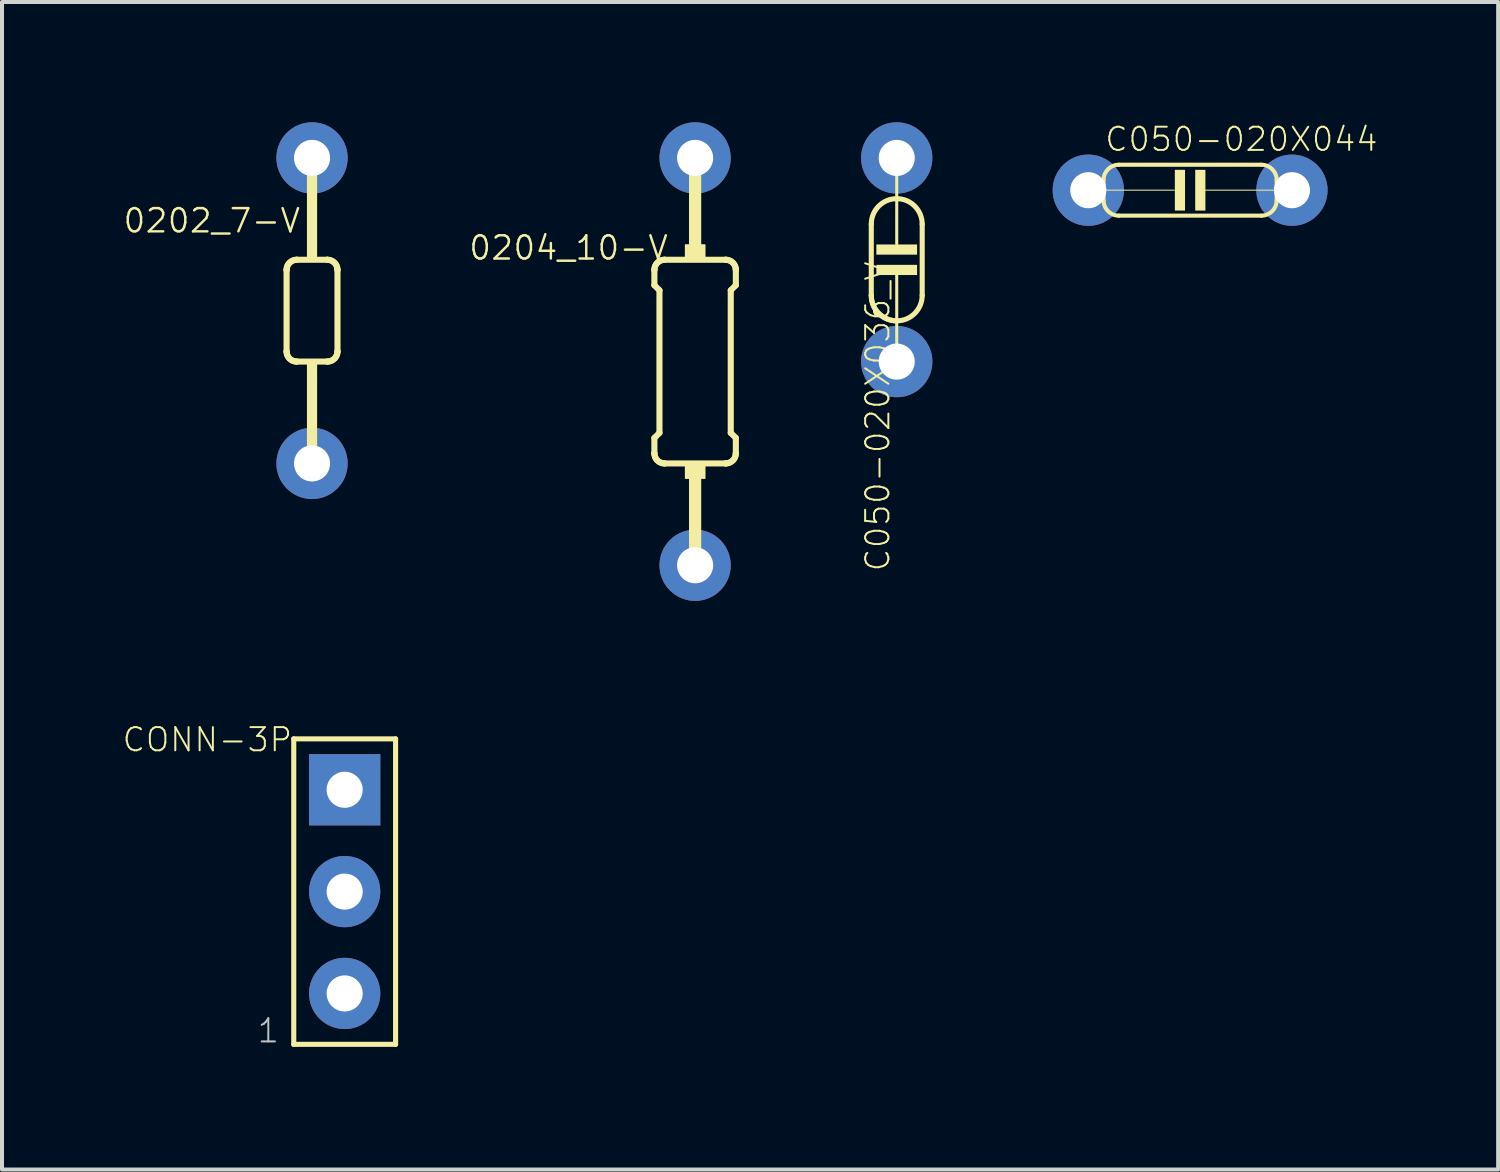
<source format=kicad_pcb>
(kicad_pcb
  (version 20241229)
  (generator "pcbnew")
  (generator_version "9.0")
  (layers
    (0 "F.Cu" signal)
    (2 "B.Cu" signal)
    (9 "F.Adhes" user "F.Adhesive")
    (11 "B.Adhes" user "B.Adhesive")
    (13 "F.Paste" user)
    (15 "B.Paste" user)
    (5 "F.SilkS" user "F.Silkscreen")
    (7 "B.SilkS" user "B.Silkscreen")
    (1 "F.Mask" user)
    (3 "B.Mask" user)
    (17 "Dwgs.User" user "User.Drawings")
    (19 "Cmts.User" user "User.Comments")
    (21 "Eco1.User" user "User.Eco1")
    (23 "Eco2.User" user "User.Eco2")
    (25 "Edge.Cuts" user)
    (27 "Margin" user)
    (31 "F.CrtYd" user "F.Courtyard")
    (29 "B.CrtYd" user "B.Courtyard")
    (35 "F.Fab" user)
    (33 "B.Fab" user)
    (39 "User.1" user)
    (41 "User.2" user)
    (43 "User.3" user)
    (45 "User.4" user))
  (footprint "0204_10-V"
    (layer "F.Cu")
    (at 14.288 5.969)
    (property "Reference" "0204_10-V" (at -0.635 -3.175 0) (layer "F.SilkS") (effects (font (size 0.579 0.579) (thickness 0.061)) (justify right top)))
    (attr through_hole)
    (fp_line (start -1.016 -2.286) (end -1.016 -1.905) (stroke (width 0.152) (type solid)) (layer "F.SilkS"))
    (fp_line (start -1.016 2.286) (end -1.016 1.905) (stroke (width 0.152) (type solid)) (layer "F.SilkS"))
    (fp_line (start -0.889 -1.778) (end -1.016 -1.905) (stroke (width 0.152) (type solid)) (layer "F.SilkS"))
    (fp_line (start -0.889 1.778) (end -1.016 1.905) (stroke (width 0.152) (type solid)) (layer "F.SilkS"))
    (fp_line (start -0.889 1.778) (end -0.889 -1.778) (stroke (width 0.152) (type solid)) (layer "F.SilkS"))
    (fp_line (start -0.762 -2.54) (end 0.762 -2.54) (stroke (width 0.152) (type solid)) (layer "F.SilkS"))
    (fp_line (start -0.762 2.54) (end 0.762 2.54) (stroke (width 0.152) (type solid)) (layer "F.SilkS"))
    (fp_line (start 0 -5.08) (end 0 -2.921) (stroke (width 0.305) (type solid)) (layer "F.SilkS"))
    (fp_line (start 0 5.08) (end 0 2.921) (stroke (width 0.305) (type solid)) (layer "F.SilkS"))
    (fp_line (start 0.889 -1.778) (end 1.016 -1.905) (stroke (width 0.152) (type solid)) (layer "F.SilkS"))
    (fp_line (start 0.889 1.778) (end 0.889 -1.778) (stroke (width 0.152) (type solid)) (layer "F.SilkS"))
    (fp_line (start 0.889 1.778) (end 1.016 1.905) (stroke (width 0.152) (type solid)) (layer "F.SilkS"))
    (fp_line (start 1.016 -2.286) (end 1.016 -1.905) (stroke (width 0.152) (type solid)) (layer "F.SilkS"))
    (fp_line (start 1.016 2.286) (end 1.016 1.905) (stroke (width 0.152) (type solid)) (layer "F.SilkS"))
    (fp_arc (start -1.016 -2.286) (mid -0.941605 -2.465605) (end -0.762 -2.54) (stroke (width 0.1524) (type solid)) (layer "F.SilkS"))
    (fp_arc (start -1.016 -2.286) (mid -0.941605 -2.465605) (end -0.762 -2.54) (stroke (width 0.1524) (type solid)) (layer "F.SilkS"))
    (fp_arc (start -0.762 2.54) (mid -0.941605 2.465605) (end -1.016 2.286) (stroke (width 0.1524) (type solid)) (layer "F.SilkS"))
    (fp_arc (start -0.762 2.54) (mid -0.941605 2.465605) (end -1.016 2.286) (stroke (width 0.1524) (type solid)) (layer "F.SilkS"))
    (fp_arc (start 0.762 -2.54) (mid 0.941605 -2.465605) (end 1.016 -2.286) (stroke (width 0.1524) (type solid)) (layer "F.SilkS"))
    (fp_arc (start 0.762 -2.54) (mid 0.941605 -2.465605) (end 1.016 -2.286) (stroke (width 0.1524) (type solid)) (layer "F.SilkS"))
    (fp_arc (start 1.016 2.286) (mid 0.941605 2.465605) (end 0.762 2.54) (stroke (width 0.1524) (type solid)) (layer "F.SilkS"))
    (fp_arc (start 1.016 2.286) (mid 0.941605 2.465605) (end 0.762 2.54) (stroke (width 0.1524) (type solid)) (layer "F.SilkS"))
    (fp_poly (pts (xy -0.254 -2.921) (xy -0.254 -2.54) (xy 0.254 -2.54) (xy 0.254 -2.921)) (stroke (width 0) (type solid)) (fill yes) (layer "F.SilkS"))
    (fp_poly (pts (xy -0.254 -2.921) (xy -0.254 -2.54) (xy 0.254 -2.54) (xy 0.254 -2.921)) (stroke (width 0) (type solid)) (fill yes) (layer "F.SilkS"))
    (fp_poly (pts (xy -0.254 2.54) (xy -0.254 2.921) (xy 0.254 2.921) (xy 0.254 2.54)) (stroke (width 0) (type solid)) (fill yes) (layer "F.SilkS"))
    (fp_poly (pts (xy -0.254 2.54) (xy -0.254 2.921) (xy 0.254 2.921) (xy 0.254 2.54)) (stroke (width 0) (type solid)) (fill yes) (layer "F.SilkS"))
    (pad "1" thru_hole circle (at 0 -5.08) (size 1.778 1.778) (drill 0.9) (layers "*.Cu" "*.Mask"))
    (pad "2" thru_hole circle (at 0 5.08) (size 1.778 1.778) (drill 0.9) (layers "*.Cu" "*.Mask")))
  (footprint "0202_7-V"
    (layer "F.Cu")
    (at 4.733 4.699)
    (property "Reference" "0202_7-V" (at -0.254 -1.905 0) (layer "F.SilkS") (effects (font (size 0.579 0.579) (thickness 0.061)) (justify right bottom)))
    (attr through_hole)
    (fp_line (start -0.635 -1.016) (end -0.635 1.016) (stroke (width 0.152) (type solid)) (layer "F.SilkS"))
    (fp_line (start 0 -3.81) (end 0 -1.651) (stroke (width 0.254) (type solid)) (layer "F.SilkS"))
    (fp_line (start 0 3.81) (end 0 1.651) (stroke (width 0.254) (type solid)) (layer "F.SilkS"))
    (fp_line (start 0.381 -1.27) (end -0.381 -1.27) (stroke (width 0.152) (type solid)) (layer "F.SilkS"))
    (fp_line (start 0.381 1.27) (end -0.381 1.27) (stroke (width 0.152) (type solid)) (layer "F.SilkS"))
    (fp_line (start 0.635 -1.016) (end 0.635 1.016) (stroke (width 0.152) (type solid)) (layer "F.SilkS"))
    (fp_arc (start -0.635 -1.016) (mid -0.560605 -1.195605) (end -0.381 -1.27) (stroke (width 0.1524) (type solid)) (layer "F.SilkS"))
    (fp_arc (start -0.635 -1.016) (mid -0.560605 -1.195605) (end -0.381 -1.27) (stroke (width 0.1524) (type solid)) (layer "F.SilkS"))
    (fp_arc (start -0.381 1.27) (mid -0.560605 1.195605) (end -0.635 1.016) (stroke (width 0.1524) (type solid)) (layer "F.SilkS"))
    (fp_arc (start -0.381 1.27) (mid -0.560605 1.195605) (end -0.635 1.016) (stroke (width 0.1524) (type solid)) (layer "F.SilkS"))
    (fp_arc (start 0.381 -1.27) (mid 0.560605 -1.195605) (end 0.635 -1.016) (stroke (width 0.1524) (type solid)) (layer "F.SilkS"))
    (fp_arc (start 0.381 -1.27) (mid 0.560605 -1.195605) (end 0.635 -1.016) (stroke (width 0.1524) (type solid)) (layer "F.SilkS"))
    (fp_arc (start 0.635 1.016) (mid 0.560605 1.195605) (end 0.381 1.27) (stroke (width 0.1524) (type solid)) (layer "F.SilkS"))
    (fp_arc (start 0.635 1.016) (mid 0.560605 1.195605) (end 0.381 1.27) (stroke (width 0.1524) (type solid)) (layer "F.SilkS"))
    (fp_poly (pts (xy 0.127 -1.27) (xy 0.127 -1.651) (xy -0.127 -1.651) (xy -0.127 -1.27)) (stroke (width 0) (type solid)) (fill yes) (layer "F.SilkS"))
    (fp_poly (pts (xy 0.127 1.651) (xy 0.127 1.27) (xy -0.127 1.27) (xy -0.127 1.651)) (stroke (width 0) (type solid)) (fill yes) (layer "F.SilkS"))
    (pad "1" thru_hole circle (at 0 -3.81) (size 1.778 1.778) (drill 0.9) (layers "*.Cu" "*.Mask"))
    (pad "2" thru_hole circle (at 0 3.81) (size 1.778 1.778) (drill 0.9) (layers "*.Cu" "*.Mask")))
  (footprint "CONN-3P"
    (layer "F.Cu")
    (at 5.547 19.189)
    (property "Reference" "CONN-3P" (at -1.27 -4.128 0) (layer "F.SilkS") (effects (font (size 0.579 0.579) (thickness 0.049)) (justify right top)))
    (attr through_hole)
    (fp_line (start -1.27 -3.81) (end -1.27 3.81) (stroke (width 0.127) (type solid)) (layer "F.SilkS"))
    (fp_line (start -1.27 3.81) (end 1.27 3.81) (stroke (width 0.127) (type solid)) (layer "F.SilkS"))
    (fp_line (start 1.27 -3.81) (end -1.27 -3.81) (stroke (width 0.127) (type solid)) (layer "F.SilkS"))
    (fp_line (start 1.27 3.81) (end 1.27 -3.81) (stroke (width 0.127) (type solid)) (layer "F.SilkS"))
    (fp_text user "1" (at -1.905 3.81 0) (layer "Dwgs.User") (effects (font (size 0.579 0.579) (thickness 0.049)) (justify bottom)))
    (pad "1" thru_hole rect (at 0 -2.54 180) (size 1.778 1.778) (drill 0.9) (layers "*.Cu" "*.Mask"))
    (pad "2" thru_hole circle (at 0 0 180) (size 1.778 1.778) (drill 0.9) (layers "*.Cu" "*.Mask"))
    (pad "3" thru_hole circle (at 0 2.54 180) (size 1.778 1.778) (drill 0.9) (layers "*.Cu" "*.Mask")))
  (footprint "C050-020X044"
    (layer "F.Cu")
    (at 26.635 1.694)
    (property "Reference" "C050-020X044" (at -2.159 -1.27 0) (layer "F.SilkS") (effects (font (size 0.579 0.579) (thickness 0.049)) (justify left)))
    (attr through_hole)
    (fp_line (start -2.54 0) (end -0.394 0) (stroke (width 0.025) (type solid)) (layer "F.SilkS"))
    (fp_line (start -2.159 0.254) (end -2.159 -0.254) (stroke (width 0.102) (type solid)) (layer "F.SilkS"))
    (fp_line (start -1.778 0.635) (end 1.778 0.635) (stroke (width 0.102) (type solid)) (layer "F.SilkS"))
    (fp_line (start 1.778 -0.635) (end -1.778 -0.635) (stroke (width 0.102) (type solid)) (layer "F.SilkS"))
    (fp_line (start 2.159 -0.254) (end 2.159 0.254) (stroke (width 0.102) (type solid)) (layer "F.SilkS"))
    (fp_line (start 2.54 0) (end 0.381 0) (stroke (width 0.025) (type solid)) (layer "F.SilkS"))
    (fp_arc (start -2.159 -0.254) (mid -2.047407 -0.523407) (end -1.777999 -0.634999) (stroke (width 0.1016) (type solid)) (layer "F.SilkS"))
    (fp_arc (start -1.777999 0.634999) (mid -2.047407 0.523407) (end -2.159 0.254) (stroke (width 0.1016) (type solid)) (layer "F.SilkS"))
    (fp_arc (start 1.777999 -0.634999) (mid 2.047407 -0.523407) (end 2.159 -0.254) (stroke (width 0.1016) (type solid)) (layer "F.SilkS"))
    (fp_arc (start 2.159 0.254) (mid 2.047407 0.523407) (end 1.777999 0.634999) (stroke (width 0.1016) (type solid)) (layer "F.SilkS"))
    (fp_poly (pts (xy -0.127 0.508) (xy -0.127 -0.508) (xy -0.381 -0.508) (xy -0.381 0.508)) (stroke (width 0) (type solid)) (fill yes) (layer "F.SilkS"))
    (fp_poly (pts (xy 0.127 -0.508) (xy 0.127 0.508) (xy 0.381 0.508) (xy 0.381 -0.508)) (stroke (width 0) (type solid)) (fill yes) (layer "F.SilkS"))
    (pad "1" thru_hole circle (at -2.54 0) (size 1.778 1.778) (drill 0.9) (layers "*.Cu" "*.Mask"))
    (pad "2" thru_hole circle (at 2.54 0) (size 1.778 1.778) (drill 0.9) (layers "*.Cu" "*.Mask")))
  (footprint "C050-020X036_V"
    (layer "F.Cu")
    (at 19.317 3.429)
    (property "Reference" "C050-020X036_V" (at -0.813 0 90) (layer "F.SilkS") (effects (font (size 0.579 0.579) (thickness 0.049)) (justify right top)))
    (attr through_hole)
    (fp_line (start -0.635 -0.889) (end -0.635 0.889) (stroke (width 0.127) (type solid)) (layer "F.SilkS"))
    (fp_line (start 0 -2.54) (end 0 -0.394) (stroke (width 0.076) (type solid)) (layer "F.SilkS"))
    (fp_line (start 0 2.54) (end 0 0.381) (stroke (width 0.076) (type solid)) (layer "F.SilkS"))
    (fp_line (start 0.635 0.889) (end 0.635 -0.889) (stroke (width 0.127) (type solid)) (layer "F.SilkS"))
    (fp_arc (start -0.635 -0.889) (mid -0.449013 -1.338013) (end 0 -1.524) (stroke (width 0.127) (type solid)) (layer "F.SilkS"))
    (fp_arc (start 0 -1.524) (mid 0.449013 -1.338013) (end 0.635 -0.889) (stroke (width 0.127) (type solid)) (layer "F.SilkS"))
    (fp_arc (start 0 1.524) (mid -0.449013 1.338013) (end -0.635 0.889) (stroke (width 0.127) (type solid)) (layer "F.SilkS"))
    (fp_arc (start 0 1.524) (mid -0.449013 1.338013) (end -0.635 0.889) (stroke (width 0.127) (type solid)) (layer "F.SilkS"))
    (fp_arc (start 0.635 0.889) (mid 0.449013 1.338013) (end 0 1.524) (stroke (width 0.127) (type solid)) (layer "F.SilkS"))
    (fp_poly (pts (xy -0.508 -0.127) (xy 0.508 -0.127) (xy 0.508 -0.381) (xy -0.508 -0.381)) (stroke (width 0) (type solid)) (fill yes) (layer "F.SilkS"))
    (fp_poly (pts (xy 0.508 0.127) (xy -0.508 0.127) (xy -0.508 0.381) (xy 0.508 0.381)) (stroke (width 0) (type solid)) (fill yes) (layer "F.SilkS"))
    (pad "1" thru_hole circle (at 0 2.54) (size 1.778 1.778) (drill 0.9) (layers "*.Cu" "*.Mask"))
    (pad "2" thru_hole circle (at 0 -2.54) (size 1.778 1.778) (drill 0.9) (layers "*.Cu" "*.Mask")))
  (gr_rect
    (start -3 -3)
    (end 34.318 26.122)
    (stroke (width 0.1) (type default))
    (fill no)
    (layer "Edge.Cuts")))
</source>
